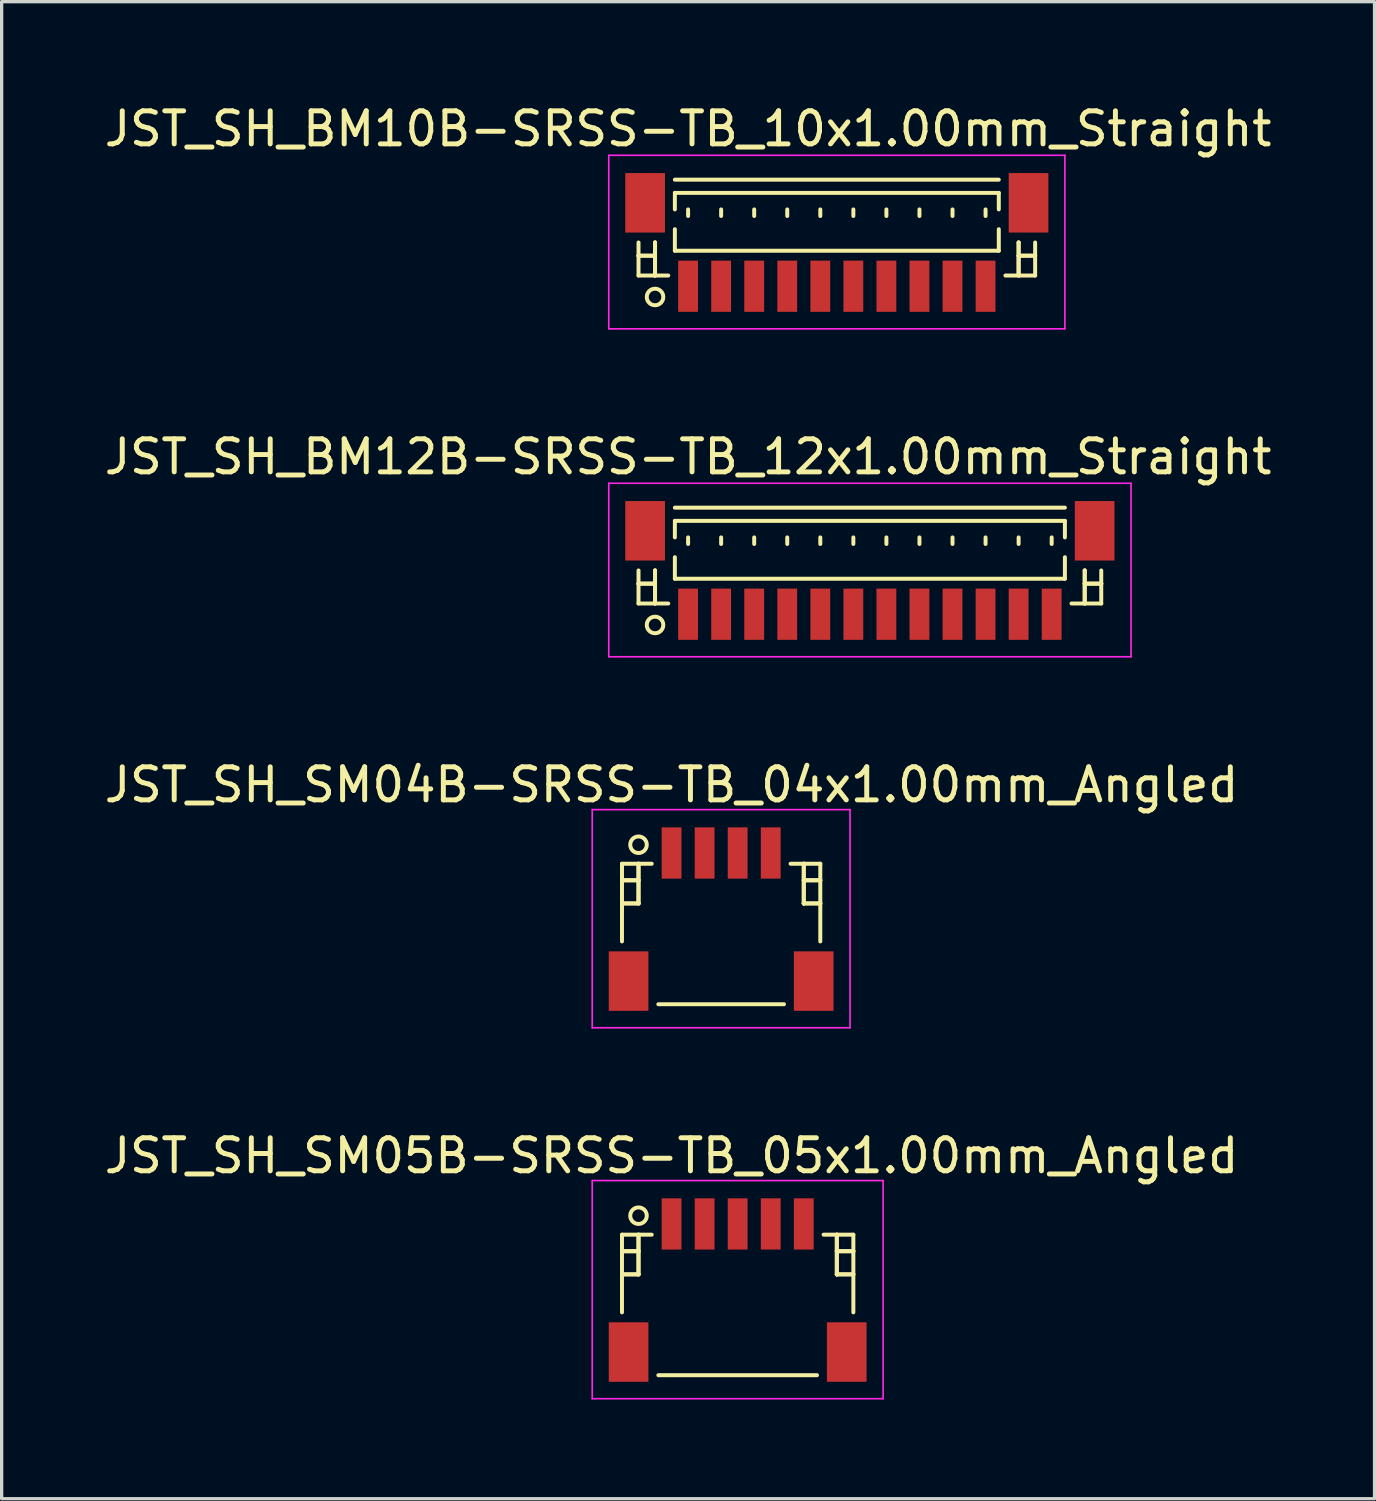
<source format=kicad_pcb>
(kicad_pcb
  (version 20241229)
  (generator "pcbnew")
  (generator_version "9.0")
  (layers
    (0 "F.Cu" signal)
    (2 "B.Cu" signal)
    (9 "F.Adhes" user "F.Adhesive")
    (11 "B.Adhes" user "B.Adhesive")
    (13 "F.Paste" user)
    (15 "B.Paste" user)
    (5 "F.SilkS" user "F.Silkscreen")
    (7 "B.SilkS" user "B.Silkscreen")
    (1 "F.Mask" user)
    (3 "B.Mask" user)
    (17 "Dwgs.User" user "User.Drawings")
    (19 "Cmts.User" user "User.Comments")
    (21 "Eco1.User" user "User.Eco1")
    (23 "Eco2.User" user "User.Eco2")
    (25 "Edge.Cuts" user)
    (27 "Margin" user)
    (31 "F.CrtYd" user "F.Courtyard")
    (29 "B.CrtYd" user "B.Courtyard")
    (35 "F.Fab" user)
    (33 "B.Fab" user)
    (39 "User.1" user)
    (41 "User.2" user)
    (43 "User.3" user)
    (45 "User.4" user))
  (footprint "JST_SH_SM04B-SRSS-TB_04x1.00mm_Angled"
    (layer "F.Cu")
    (at 18.768 24.695)
    (property "Reference" "JST_SH_SM04B-SRSS-TB_04x1.00mm_Angled" (at -1.5 -4 0) (layer "F.SilkS") (effects (font (size 1 1) (thickness 0.15))))
    (attr smd)
    (fp_line (start -3 -1.613) (end -2.1 -1.613) (stroke (width 0.12) (type solid)) (layer "F.SilkS"))
    (fp_line (start -3 -1.113) (end -3 -1.113) (stroke (width 0.12) (type solid)) (layer "F.SilkS"))
    (fp_line (start -3 -1.113) (end -2.5 -1.113) (stroke (width 0.12) (type solid)) (layer "F.SilkS"))
    (fp_line (start -3 -0.412) (end -3 -0.412) (stroke (width 0.12) (type solid)) (layer "F.SilkS"))
    (fp_line (start -3 -0.412) (end -2.5 -0.412) (stroke (width 0.12) (type solid)) (layer "F.SilkS"))
    (fp_line (start -3 0.738) (end -3 -1.613) (stroke (width 0.12) (type solid)) (layer "F.SilkS"))
    (fp_line (start -2.5 -1.613) (end -2.5 -1.613) (stroke (width 0.12) (type solid)) (layer "F.SilkS"))
    (fp_line (start -2.5 -1.613) (end -2.5 -0.412) (stroke (width 0.12) (type solid)) (layer "F.SilkS"))
    (fp_line (start -2.5 -1.113) (end -3 -1.113) (stroke (width 0.12) (type solid)) (layer "F.SilkS"))
    (fp_line (start -2.5 -1.113) (end -2.5 -1.113) (stroke (width 0.12) (type solid)) (layer "F.SilkS"))
    (fp_line (start -2.5 -0.412) (end -3 -0.412) (stroke (width 0.12) (type solid)) (layer "F.SilkS"))
    (fp_line (start -2.5 -0.412) (end -2.5 -1.613) (stroke (width 0.12) (type solid)) (layer "F.SilkS"))
    (fp_line (start -2.5 -0.412) (end -2.5 -0.412) (stroke (width 0.12) (type solid)) (layer "F.SilkS"))
    (fp_line (start -2.5 -0.412) (end -2.5 -0.412) (stroke (width 0.12) (type solid)) (layer "F.SilkS"))
    (fp_line (start -1.9 2.638) (end 1.9 2.638) (stroke (width 0.12) (type solid)) (layer "F.SilkS"))
    (fp_line (start 2.5 -1.613) (end 2.5 -1.613) (stroke (width 0.12) (type solid)) (layer "F.SilkS"))
    (fp_line (start 2.5 -1.613) (end 2.5 -0.412) (stroke (width 0.12) (type solid)) (layer "F.SilkS"))
    (fp_line (start 2.5 -1.113) (end 2.5 -1.113) (stroke (width 0.12) (type solid)) (layer "F.SilkS"))
    (fp_line (start 2.5 -1.113) (end 3 -1.113) (stroke (width 0.12) (type solid)) (layer "F.SilkS"))
    (fp_line (start 2.5 -0.412) (end 2.5 -1.613) (stroke (width 0.12) (type solid)) (layer "F.SilkS"))
    (fp_line (start 2.5 -0.412) (end 2.5 -0.412) (stroke (width 0.12) (type solid)) (layer "F.SilkS"))
    (fp_line (start 2.5 -0.412) (end 2.5 -0.412) (stroke (width 0.12) (type solid)) (layer "F.SilkS"))
    (fp_line (start 2.5 -0.412) (end 3 -0.412) (stroke (width 0.12) (type solid)) (layer "F.SilkS"))
    (fp_line (start 3 -1.613) (end 2.1 -1.613) (stroke (width 0.12) (type solid)) (layer "F.SilkS"))
    (fp_line (start 3 -1.113) (end 2.5 -1.113) (stroke (width 0.12) (type solid)) (layer "F.SilkS"))
    (fp_line (start 3 -1.113) (end 3 -1.113) (stroke (width 0.12) (type solid)) (layer "F.SilkS"))
    (fp_line (start 3 -0.412) (end 2.5 -0.412) (stroke (width 0.12) (type solid)) (layer "F.SilkS"))
    (fp_line (start 3 -0.412) (end 3 -0.412) (stroke (width 0.12) (type solid)) (layer "F.SilkS"))
    (fp_line (start 3 0.738) (end 3 -1.613) (stroke (width 0.12) (type solid)) (layer "F.SilkS"))
    (fp_circle (center -2.5 -2.188) (end -2.25 -2.188) (stroke (width 0.12) (type solid)) (fill no) (layer "F.SilkS"))
    (fp_line (start -3.9 -3.25) (end 3.9 -3.25) (stroke (width 0.05) (type solid)) (layer "F.CrtYd"))
    (fp_line (start -3.9 3.35) (end -3.9 -3.25) (stroke (width 0.05) (type solid)) (layer "F.CrtYd"))
    (fp_line (start 3.9 -3.25) (end 3.9 3.35) (stroke (width 0.05) (type solid)) (layer "F.CrtYd"))
    (fp_line (start 3.9 3.35) (end -3.9 3.35) (stroke (width 0.05) (type solid)) (layer "F.CrtYd"))
    (pad "" smd rect (at -2.8 1.938) (size 1.2 1.8) (layers "F.Cu" "F.Mask" "F.Paste"))
    (pad "" smd rect (at 2.8 1.938) (size 1.2 1.8) (layers "F.Cu" "F.Mask" "F.Paste"))
    (pad "1" smd rect (at -1.5 -1.938) (size 0.6 1.55) (layers "F.Cu" "F.Mask" "F.Paste"))
    (pad "2" smd rect (at -0.5 -1.938) (size 0.6 1.55) (layers "F.Cu" "F.Mask" "F.Paste"))
    (pad "3" smd rect (at 0.5 -1.938) (size 0.6 1.55) (layers "F.Cu" "F.Mask" "F.Paste"))
    (pad "4" smd rect (at 1.5 -1.938) (size 0.6 1.55) (layers "F.Cu" "F.Mask" "F.Paste")))
  (footprint "JST_SH_SM05B-SRSS-TB_05x1.00mm_Angled"
    (layer "F.Cu")
    (at 19.268 35.918)
    (property "Reference" "JST_SH_SM05B-SRSS-TB_05x1.00mm_Angled" (at -2 -4 0) (layer "F.SilkS") (effects (font (size 1 1) (thickness 0.15))))
    (attr smd)
    (fp_line (start -3.5 -1.613) (end -2.6 -1.613) (stroke (width 0.12) (type solid)) (layer "F.SilkS"))
    (fp_line (start -3.5 -1.113) (end -3.5 -1.113) (stroke (width 0.12) (type solid)) (layer "F.SilkS"))
    (fp_line (start -3.5 -1.113) (end -3 -1.113) (stroke (width 0.12) (type solid)) (layer "F.SilkS"))
    (fp_line (start -3.5 -0.412) (end -3.5 -0.412) (stroke (width 0.12) (type solid)) (layer "F.SilkS"))
    (fp_line (start -3.5 -0.412) (end -3 -0.412) (stroke (width 0.12) (type solid)) (layer "F.SilkS"))
    (fp_line (start -3.5 0.738) (end -3.5 -1.613) (stroke (width 0.12) (type solid)) (layer "F.SilkS"))
    (fp_line (start -3 -1.613) (end -3 -1.613) (stroke (width 0.12) (type solid)) (layer "F.SilkS"))
    (fp_line (start -3 -1.613) (end -3 -0.412) (stroke (width 0.12) (type solid)) (layer "F.SilkS"))
    (fp_line (start -3 -1.113) (end -3.5 -1.113) (stroke (width 0.12) (type solid)) (layer "F.SilkS"))
    (fp_line (start -3 -1.113) (end -3 -1.113) (stroke (width 0.12) (type solid)) (layer "F.SilkS"))
    (fp_line (start -3 -0.412) (end -3.5 -0.412) (stroke (width 0.12) (type solid)) (layer "F.SilkS"))
    (fp_line (start -3 -0.412) (end -3 -1.613) (stroke (width 0.12) (type solid)) (layer "F.SilkS"))
    (fp_line (start -3 -0.412) (end -3 -0.412) (stroke (width 0.12) (type solid)) (layer "F.SilkS"))
    (fp_line (start -3 -0.412) (end -3 -0.412) (stroke (width 0.12) (type solid)) (layer "F.SilkS"))
    (fp_line (start -2.4 2.638) (end 2.4 2.638) (stroke (width 0.12) (type solid)) (layer "F.SilkS"))
    (fp_line (start 3 -1.613) (end 3 -1.613) (stroke (width 0.12) (type solid)) (layer "F.SilkS"))
    (fp_line (start 3 -1.613) (end 3 -0.412) (stroke (width 0.12) (type solid)) (layer "F.SilkS"))
    (fp_line (start 3 -1.113) (end 3 -1.113) (stroke (width 0.12) (type solid)) (layer "F.SilkS"))
    (fp_line (start 3 -1.113) (end 3.5 -1.113) (stroke (width 0.12) (type solid)) (layer "F.SilkS"))
    (fp_line (start 3 -0.412) (end 3 -1.613) (stroke (width 0.12) (type solid)) (layer "F.SilkS"))
    (fp_line (start 3 -0.412) (end 3 -0.412) (stroke (width 0.12) (type solid)) (layer "F.SilkS"))
    (fp_line (start 3 -0.412) (end 3 -0.412) (stroke (width 0.12) (type solid)) (layer "F.SilkS"))
    (fp_line (start 3 -0.412) (end 3.5 -0.412) (stroke (width 0.12) (type solid)) (layer "F.SilkS"))
    (fp_line (start 3.5 -1.613) (end 2.6 -1.613) (stroke (width 0.12) (type solid)) (layer "F.SilkS"))
    (fp_line (start 3.5 -1.113) (end 3 -1.113) (stroke (width 0.12) (type solid)) (layer "F.SilkS"))
    (fp_line (start 3.5 -1.113) (end 3.5 -1.113) (stroke (width 0.12) (type solid)) (layer "F.SilkS"))
    (fp_line (start 3.5 -0.412) (end 3 -0.412) (stroke (width 0.12) (type solid)) (layer "F.SilkS"))
    (fp_line (start 3.5 -0.412) (end 3.5 -0.412) (stroke (width 0.12) (type solid)) (layer "F.SilkS"))
    (fp_line (start 3.5 0.738) (end 3.5 -1.613) (stroke (width 0.12) (type solid)) (layer "F.SilkS"))
    (fp_circle (center -3 -2.188) (end -2.75 -2.188) (stroke (width 0.12) (type solid)) (fill no) (layer "F.SilkS"))
    (fp_line (start -4.4 -3.25) (end 4.4 -3.25) (stroke (width 0.05) (type solid)) (layer "F.CrtYd"))
    (fp_line (start -4.4 3.35) (end -4.4 -3.25) (stroke (width 0.05) (type solid)) (layer "F.CrtYd"))
    (fp_line (start 4.4 -3.25) (end 4.4 3.35) (stroke (width 0.05) (type solid)) (layer "F.CrtYd"))
    (fp_line (start 4.4 3.35) (end -4.4 3.35) (stroke (width 0.05) (type solid)) (layer "F.CrtYd"))
    (pad "" smd rect (at -3.3 1.938) (size 1.2 1.8) (layers "F.Cu" "F.Mask" "F.Paste"))
    (pad "" smd rect (at 3.3 1.938) (size 1.2 1.8) (layers "F.Cu" "F.Mask" "F.Paste"))
    (pad "1" smd rect (at -2 -1.938) (size 0.6 1.55) (layers "F.Cu" "F.Mask" "F.Paste"))
    (pad "2" smd rect (at -1 -1.938) (size 0.6 1.55) (layers "F.Cu" "F.Mask" "F.Paste"))
    (pad "3" smd rect (at 0 -1.938) (size 0.6 1.55) (layers "F.Cu" "F.Mask" "F.Paste"))
    (pad "4" smd rect (at 1 -1.938) (size 0.6 1.55) (layers "F.Cu" "F.Mask" "F.Paste"))
    (pad "5" smd rect (at 2 -1.938) (size 0.6 1.55) (layers "F.Cu" "F.Mask" "F.Paste")))
  (footprint "JST_SH_BM10B-SRSS-TB_10x1.00mm_Straight"
    (layer "F.Cu")
    (at 22.268 4.348)
    (property "Reference" "JST_SH_BM10B-SRSS-TB_10x1.00mm_Straight" (at -4.5 -3.5 0) (layer "F.SilkS") (effects (font (size 1 1) (thickness 0.15))))
    (attr smd)
    (fp_line (start -6 -0.062) (end -6 0.938) (stroke (width 0.12) (type solid)) (layer "F.SilkS"))
    (fp_line (start -6 0.338) (end -6 0.338) (stroke (width 0.12) (type solid)) (layer "F.SilkS"))
    (fp_line (start -6 0.338) (end -5.5 0.338) (stroke (width 0.12) (type solid)) (layer "F.SilkS"))
    (fp_line (start -6 0.938) (end -5.1 0.938) (stroke (width 0.12) (type solid)) (layer "F.SilkS"))
    (fp_line (start -5.5 -0.062) (end -5.5 -0.062) (stroke (width 0.12) (type solid)) (layer "F.SilkS"))
    (fp_line (start -5.5 -0.062) (end -5.5 0.938) (stroke (width 0.12) (type solid)) (layer "F.SilkS"))
    (fp_line (start -5.5 0.338) (end -6 0.338) (stroke (width 0.12) (type solid)) (layer "F.SilkS"))
    (fp_line (start -5.5 0.338) (end -5.5 0.338) (stroke (width 0.12) (type solid)) (layer "F.SilkS"))
    (fp_line (start -5.5 0.938) (end -5.5 -0.062) (stroke (width 0.12) (type solid)) (layer "F.SilkS"))
    (fp_line (start -5.5 0.938) (end -5.5 0.938) (stroke (width 0.12) (type solid)) (layer "F.SilkS"))
    (fp_line (start -4.9 -1.962) (end 4.9 -1.962) (stroke (width 0.12) (type solid)) (layer "F.SilkS"))
    (fp_line (start -4.9 -1.562) (end 4.9 -1.562) (stroke (width 0.12) (type solid)) (layer "F.SilkS"))
    (fp_line (start -4.9 -1.062) (end -4.9 -1.562) (stroke (width 0.12) (type solid)) (layer "F.SilkS"))
    (fp_line (start -4.9 -0.463) (end -4.9 0.188) (stroke (width 0.12) (type solid)) (layer "F.SilkS"))
    (fp_line (start -4.9 0.188) (end 4.9 0.188) (stroke (width 0.12) (type solid)) (layer "F.SilkS"))
    (fp_line (start -4.5 -1.062) (end -4.5 -0.863) (stroke (width 0.12) (type solid)) (layer "F.SilkS"))
    (fp_line (start -3.5 -1.062) (end -3.5 -0.863) (stroke (width 0.12) (type solid)) (layer "F.SilkS"))
    (fp_line (start -2.5 -1.062) (end -2.5 -0.863) (stroke (width 0.12) (type solid)) (layer "F.SilkS"))
    (fp_line (start -1.5 -1.062) (end -1.5 -0.863) (stroke (width 0.12) (type solid)) (layer "F.SilkS"))
    (fp_line (start -0.5 -1.062) (end -0.5 -0.863) (stroke (width 0.12) (type solid)) (layer "F.SilkS"))
    (fp_line (start 0.5 -1.062) (end 0.5 -0.863) (stroke (width 0.12) (type solid)) (layer "F.SilkS"))
    (fp_line (start 1.5 -1.062) (end 1.5 -0.863) (stroke (width 0.12) (type solid)) (layer "F.SilkS"))
    (fp_line (start 2.5 -1.062) (end 2.5 -0.863) (stroke (width 0.12) (type solid)) (layer "F.SilkS"))
    (fp_line (start 3.5 -1.062) (end 3.5 -0.863) (stroke (width 0.12) (type solid)) (layer "F.SilkS"))
    (fp_line (start 4.5 -1.062) (end 4.5 -0.863) (stroke (width 0.12) (type solid)) (layer "F.SilkS"))
    (fp_line (start 4.9 -1.562) (end 4.9 -1.062) (stroke (width 0.12) (type solid)) (layer "F.SilkS"))
    (fp_line (start 4.9 0.188) (end 4.9 -0.463) (stroke (width 0.12) (type solid)) (layer "F.SilkS"))
    (fp_line (start 5.5 -0.062) (end 5.5 -0.062) (stroke (width 0.12) (type solid)) (layer "F.SilkS"))
    (fp_line (start 5.5 -0.062) (end 5.5 0.938) (stroke (width 0.12) (type solid)) (layer "F.SilkS"))
    (fp_line (start 5.5 0.338) (end 5.5 0.338) (stroke (width 0.12) (type solid)) (layer "F.SilkS"))
    (fp_line (start 5.5 0.338) (end 6 0.338) (stroke (width 0.12) (type solid)) (layer "F.SilkS"))
    (fp_line (start 5.5 0.938) (end 5.5 -0.062) (stroke (width 0.12) (type solid)) (layer "F.SilkS"))
    (fp_line (start 5.5 0.938) (end 5.5 0.938) (stroke (width 0.12) (type solid)) (layer "F.SilkS"))
    (fp_line (start 6 -0.062) (end 6 0.938) (stroke (width 0.12) (type solid)) (layer "F.SilkS"))
    (fp_line (start 6 0.338) (end 5.5 0.338) (stroke (width 0.12) (type solid)) (layer "F.SilkS"))
    (fp_line (start 6 0.338) (end 6 0.338) (stroke (width 0.12) (type solid)) (layer "F.SilkS"))
    (fp_line (start 6 0.938) (end 5.1 0.938) (stroke (width 0.12) (type solid)) (layer "F.SilkS"))
    (fp_circle (center -5.5 1.587) (end -5.25 1.587) (stroke (width 0.12) (type solid)) (fill no) (layer "F.SilkS"))
    (fp_line (start -6.9 -2.7) (end 6.9 -2.7) (stroke (width 0.05) (type solid)) (layer "F.CrtYd"))
    (fp_line (start -6.9 2.55) (end -6.9 -2.7) (stroke (width 0.05) (type solid)) (layer "F.CrtYd"))
    (fp_line (start 6.9 -2.7) (end 6.9 2.55) (stroke (width 0.05) (type solid)) (layer "F.CrtYd"))
    (fp_line (start 6.9 2.55) (end -6.9 2.55) (stroke (width 0.05) (type solid)) (layer "F.CrtYd"))
    (pad "" smd rect (at -5.8 -1.262) (size 1.2 1.8) (layers "F.Cu" "F.Mask" "F.Paste"))
    (pad "" smd rect (at 5.8 -1.262) (size 1.2 1.8) (layers "F.Cu" "F.Mask" "F.Paste"))
    (pad "1" smd rect (at -4.5 1.262) (size 0.6 1.55) (layers "F.Cu" "F.Mask" "F.Paste"))
    (pad "2" smd rect (at -3.5 1.262) (size 0.6 1.55) (layers "F.Cu" "F.Mask" "F.Paste"))
    (pad "3" smd rect (at -2.5 1.262) (size 0.6 1.55) (layers "F.Cu" "F.Mask" "F.Paste"))
    (pad "4" smd rect (at -1.5 1.262) (size 0.6 1.55) (layers "F.Cu" "F.Mask" "F.Paste"))
    (pad "5" smd rect (at -0.5 1.262) (size 0.6 1.55) (layers "F.Cu" "F.Mask" "F.Paste"))
    (pad "6" smd rect (at 0.5 1.262) (size 0.6 1.55) (layers "F.Cu" "F.Mask" "F.Paste"))
    (pad "7" smd rect (at 1.5 1.262) (size 0.6 1.55) (layers "F.Cu" "F.Mask" "F.Paste"))
    (pad "8" smd rect (at 2.5 1.262) (size 0.6 1.55) (layers "F.Cu" "F.Mask" "F.Paste"))
    (pad "9" smd rect (at 3.5 1.262) (size 0.6 1.55) (layers "F.Cu" "F.Mask" "F.Paste"))
    (pad "10" smd rect (at 4.5 1.262) (size 0.6 1.55) (layers "F.Cu" "F.Mask" "F.Paste")))
  (footprint "JST_SH_BM12B-SRSS-TB_12x1.00mm_Straight"
    (layer "F.Cu")
    (at 23.268 14.271)
    (property "Reference" "JST_SH_BM12B-SRSS-TB_12x1.00mm_Straight" (at -5.5 -3.5 0) (layer "F.SilkS") (effects (font (size 1 1) (thickness 0.15))))
    (attr smd)
    (fp_line (start -7 -0.062) (end -7 0.938) (stroke (width 0.12) (type solid)) (layer "F.SilkS"))
    (fp_line (start -7 0.338) (end -7 0.338) (stroke (width 0.12) (type solid)) (layer "F.SilkS"))
    (fp_line (start -7 0.338) (end -6.5 0.338) (stroke (width 0.12) (type solid)) (layer "F.SilkS"))
    (fp_line (start -7 0.938) (end -6.1 0.938) (stroke (width 0.12) (type solid)) (layer "F.SilkS"))
    (fp_line (start -6.5 -0.062) (end -6.5 -0.062) (stroke (width 0.12) (type solid)) (layer "F.SilkS"))
    (fp_line (start -6.5 -0.062) (end -6.5 0.938) (stroke (width 0.12) (type solid)) (layer "F.SilkS"))
    (fp_line (start -6.5 0.338) (end -7 0.338) (stroke (width 0.12) (type solid)) (layer "F.SilkS"))
    (fp_line (start -6.5 0.338) (end -6.5 0.338) (stroke (width 0.12) (type solid)) (layer "F.SilkS"))
    (fp_line (start -6.5 0.938) (end -6.5 -0.062) (stroke (width 0.12) (type solid)) (layer "F.SilkS"))
    (fp_line (start -6.5 0.938) (end -6.5 0.938) (stroke (width 0.12) (type solid)) (layer "F.SilkS"))
    (fp_line (start -5.9 -1.962) (end 5.9 -1.962) (stroke (width 0.12) (type solid)) (layer "F.SilkS"))
    (fp_line (start -5.9 -1.562) (end 5.9 -1.562) (stroke (width 0.12) (type solid)) (layer "F.SilkS"))
    (fp_line (start -5.9 -1.062) (end -5.9 -1.562) (stroke (width 0.12) (type solid)) (layer "F.SilkS"))
    (fp_line (start -5.9 -0.463) (end -5.9 0.188) (stroke (width 0.12) (type solid)) (layer "F.SilkS"))
    (fp_line (start -5.9 0.188) (end 5.9 0.188) (stroke (width 0.12) (type solid)) (layer "F.SilkS"))
    (fp_line (start -5.5 -1.062) (end -5.5 -0.863) (stroke (width 0.12) (type solid)) (layer "F.SilkS"))
    (fp_line (start -4.5 -1.062) (end -4.5 -0.863) (stroke (width 0.12) (type solid)) (layer "F.SilkS"))
    (fp_line (start -3.5 -1.062) (end -3.5 -0.863) (stroke (width 0.12) (type solid)) (layer "F.SilkS"))
    (fp_line (start -2.5 -1.062) (end -2.5 -0.863) (stroke (width 0.12) (type solid)) (layer "F.SilkS"))
    (fp_line (start -1.5 -1.062) (end -1.5 -0.863) (stroke (width 0.12) (type solid)) (layer "F.SilkS"))
    (fp_line (start -0.5 -1.062) (end -0.5 -0.863) (stroke (width 0.12) (type solid)) (layer "F.SilkS"))
    (fp_line (start 0.5 -1.062) (end 0.5 -0.863) (stroke (width 0.12) (type solid)) (layer "F.SilkS"))
    (fp_line (start 1.5 -1.062) (end 1.5 -0.863) (stroke (width 0.12) (type solid)) (layer "F.SilkS"))
    (fp_line (start 2.5 -1.062) (end 2.5 -0.863) (stroke (width 0.12) (type solid)) (layer "F.SilkS"))
    (fp_line (start 3.5 -1.062) (end 3.5 -0.863) (stroke (width 0.12) (type solid)) (layer "F.SilkS"))
    (fp_line (start 4.5 -1.062) (end 4.5 -0.863) (stroke (width 0.12) (type solid)) (layer "F.SilkS"))
    (fp_line (start 5.5 -1.062) (end 5.5 -0.863) (stroke (width 0.12) (type solid)) (layer "F.SilkS"))
    (fp_line (start 5.9 -1.562) (end 5.9 -1.062) (stroke (width 0.12) (type solid)) (layer "F.SilkS"))
    (fp_line (start 5.9 0.188) (end 5.9 -0.463) (stroke (width 0.12) (type solid)) (layer "F.SilkS"))
    (fp_line (start 6.5 -0.062) (end 6.5 -0.062) (stroke (width 0.12) (type solid)) (layer "F.SilkS"))
    (fp_line (start 6.5 -0.062) (end 6.5 0.938) (stroke (width 0.12) (type solid)) (layer "F.SilkS"))
    (fp_line (start 6.5 0.338) (end 6.5 0.338) (stroke (width 0.12) (type solid)) (layer "F.SilkS"))
    (fp_line (start 6.5 0.338) (end 7 0.338) (stroke (width 0.12) (type solid)) (layer "F.SilkS"))
    (fp_line (start 6.5 0.938) (end 6.5 -0.062) (stroke (width 0.12) (type solid)) (layer "F.SilkS"))
    (fp_line (start 6.5 0.938) (end 6.5 0.938) (stroke (width 0.12) (type solid)) (layer "F.SilkS"))
    (fp_line (start 7 -0.062) (end 7 0.938) (stroke (width 0.12) (type solid)) (layer "F.SilkS"))
    (fp_line (start 7 0.338) (end 6.5 0.338) (stroke (width 0.12) (type solid)) (layer "F.SilkS"))
    (fp_line (start 7 0.338) (end 7 0.338) (stroke (width 0.12) (type solid)) (layer "F.SilkS"))
    (fp_line (start 7 0.938) (end 6.1 0.938) (stroke (width 0.12) (type solid)) (layer "F.SilkS"))
    (fp_circle (center -6.5 1.587) (end -6.25 1.587) (stroke (width 0.12) (type solid)) (fill no) (layer "F.SilkS"))
    (fp_line (start -7.9 -2.7) (end 7.9 -2.7) (stroke (width 0.05) (type solid)) (layer "F.CrtYd"))
    (fp_line (start -7.9 2.55) (end -7.9 -2.7) (stroke (width 0.05) (type solid)) (layer "F.CrtYd"))
    (fp_line (start 7.9 -2.7) (end 7.9 2.55) (stroke (width 0.05) (type solid)) (layer "F.CrtYd"))
    (fp_line (start 7.9 2.55) (end -7.9 2.55) (stroke (width 0.05) (type solid)) (layer "F.CrtYd"))
    (pad "" smd rect (at -6.8 -1.262) (size 1.2 1.8) (layers "F.Cu" "F.Mask" "F.Paste"))
    (pad "" smd rect (at 6.8 -1.262) (size 1.2 1.8) (layers "F.Cu" "F.Mask" "F.Paste"))
    (pad "1" smd rect (at -5.5 1.262) (size 0.6 1.55) (layers "F.Cu" "F.Mask" "F.Paste"))
    (pad "2" smd rect (at -4.5 1.262) (size 0.6 1.55) (layers "F.Cu" "F.Mask" "F.Paste"))
    (pad "3" smd rect (at -3.5 1.262) (size 0.6 1.55) (layers "F.Cu" "F.Mask" "F.Paste"))
    (pad "4" smd rect (at -2.5 1.262) (size 0.6 1.55) (layers "F.Cu" "F.Mask" "F.Paste"))
    (pad "5" smd rect (at -1.5 1.262) (size 0.6 1.55) (layers "F.Cu" "F.Mask" "F.Paste"))
    (pad "6" smd rect (at -0.5 1.262) (size 0.6 1.55) (layers "F.Cu" "F.Mask" "F.Paste"))
    (pad "7" smd rect (at 0.5 1.262) (size 0.6 1.55) (layers "F.Cu" "F.Mask" "F.Paste"))
    (pad "8" smd rect (at 1.5 1.262) (size 0.6 1.55) (layers "F.Cu" "F.Mask" "F.Paste"))
    (pad "9" smd rect (at 2.5 1.262) (size 0.6 1.55) (layers "F.Cu" "F.Mask" "F.Paste"))
    (pad "10" smd rect (at 3.5 1.262) (size 0.6 1.55) (layers "F.Cu" "F.Mask" "F.Paste"))
    (pad "11" smd rect (at 4.5 1.262) (size 0.6 1.55) (layers "F.Cu" "F.Mask" "F.Paste"))
    (pad "12" smd rect (at 5.5 1.262) (size 0.6 1.55) (layers "F.Cu" "F.Mask" "F.Paste")))
  (gr_rect
    (start -3 -3)
    (end 38.536 42.293)
    (stroke (width 0.1) (type default))
    (fill no)
    (layer "Edge.Cuts")))
</source>
